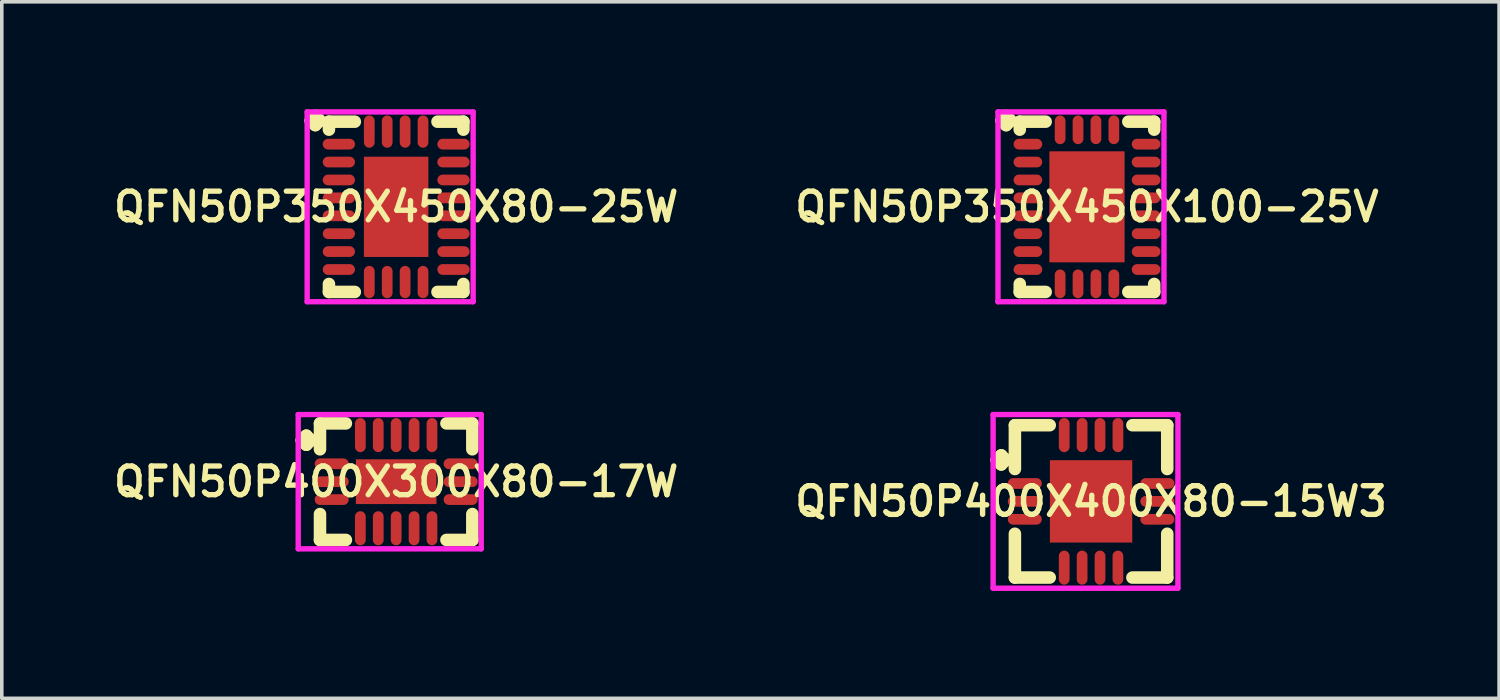
<source format=kicad_pcb>
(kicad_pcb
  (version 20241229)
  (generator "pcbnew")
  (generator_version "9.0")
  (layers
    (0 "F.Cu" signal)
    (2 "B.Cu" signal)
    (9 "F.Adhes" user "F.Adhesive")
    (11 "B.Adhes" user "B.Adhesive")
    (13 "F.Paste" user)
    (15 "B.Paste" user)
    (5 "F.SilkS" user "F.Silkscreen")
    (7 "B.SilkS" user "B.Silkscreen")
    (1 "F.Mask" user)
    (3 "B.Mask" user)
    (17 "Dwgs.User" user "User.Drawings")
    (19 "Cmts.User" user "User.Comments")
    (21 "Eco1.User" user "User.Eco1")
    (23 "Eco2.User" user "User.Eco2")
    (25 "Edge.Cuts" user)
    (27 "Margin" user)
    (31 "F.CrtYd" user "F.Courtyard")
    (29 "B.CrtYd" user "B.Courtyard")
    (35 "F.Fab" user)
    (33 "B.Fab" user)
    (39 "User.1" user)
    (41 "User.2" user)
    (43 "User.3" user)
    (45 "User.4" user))
  (footprint "QFN50P400X300X80-17W"
    (layer "F.Cu")
    (at 8.012 10.4)
    (property "Reference" "QFN50P400X300X80-17W" (at 0 0 0) (layer "F.SilkS") (effects (font (size 0.8 0.8) (thickness 0.15))))
    (attr smd)
    (fp_line (start -2.635 -1.158) (end -2.508 -1.285) (stroke (width 0.35) (type solid)) (layer "F.SilkS"))
    (fp_line (start -2.508 -1.285) (end -2.381 -1.158) (stroke (width 0.35) (type solid)) (layer "F.SilkS"))
    (fp_line (start -2.508 -1.031) (end -2.635 -1.158) (stroke (width 0.35) (type solid)) (layer "F.SilkS"))
    (fp_line (start -2.381 -1.158) (end -2.508 -1.031) (stroke (width 0.35) (type solid)) (layer "F.SilkS"))
    (fp_line (start -2.127 -1.627) (end -1.404 -1.627) (stroke (width 0.35) (type solid)) (layer "F.SilkS"))
    (fp_line (start -2.127 -0.904) (end -2.127 -1.627) (stroke (width 0.35) (type solid)) (layer "F.SilkS"))
    (fp_line (start -2.127 0.904) (end -2.127 1.627) (stroke (width 0.35) (type solid)) (layer "F.SilkS"))
    (fp_line (start -2.127 1.627) (end -1.404 1.627) (stroke (width 0.35) (type solid)) (layer "F.SilkS"))
    (fp_line (start 1.404 -1.627) (end 2.127 -1.627) (stroke (width 0.35) (type solid)) (layer "F.SilkS"))
    (fp_line (start 1.404 1.627) (end 2.127 1.627) (stroke (width 0.35) (type solid)) (layer "F.SilkS"))
    (fp_line (start 2.127 -1.627) (end 2.127 -0.904) (stroke (width 0.35) (type solid)) (layer "F.SilkS"))
    (fp_line (start 2.127 1.627) (end 2.127 0.904) (stroke (width 0.35) (type solid)) (layer "F.SilkS"))
    (fp_line (start -2.735 -1.875) (end 2.375 -1.875) (stroke (width 0.15) (type solid)) (layer "F.CrtYd"))
    (fp_line (start -2.735 1.875) (end -2.735 -1.875) (stroke (width 0.15) (type solid)) (layer "F.CrtYd"))
    (fp_line (start 2.375 -1.875) (end 2.375 1.875) (stroke (width 0.15) (type solid)) (layer "F.CrtYd"))
    (fp_line (start 2.375 1.875) (end -2.735 1.875) (stroke (width 0.15) (type solid)) (layer "F.CrtYd"))
    (pad "1" smd oval (at -1.8 -0.5) (size 0.95 0.3) (layers "F.Cu" "F.Mask" "F.Paste"))
    (pad "2" smd oval (at -1.8 0) (size 0.95 0.3) (layers "F.Cu" "F.Mask" "F.Paste"))
    (pad "3" smd oval (at -1.8 0.5) (size 0.95 0.3) (layers "F.Cu" "F.Mask" "F.Paste"))
    (pad "4" smd oval (at -1 1.3) (size 0.3 0.95) (layers "F.Cu" "F.Mask" "F.Paste"))
    (pad "5" smd oval (at -0.5 1.3) (size 0.3 0.95) (layers "F.Cu" "F.Mask" "F.Paste"))
    (pad "6" smd oval (at 0 1.3) (size 0.3 0.95) (layers "F.Cu" "F.Mask" "F.Paste"))
    (pad "7" smd oval (at 0.5 1.3) (size 0.3 0.95) (layers "F.Cu" "F.Mask" "F.Paste"))
    (pad "8" smd oval (at 1 1.3) (size 0.3 0.95) (layers "F.Cu" "F.Mask" "F.Paste"))
    (pad "9" smd oval (at 1.8 0.5) (size 0.95 0.3) (layers "F.Cu" "F.Mask" "F.Paste"))
    (pad "10" smd oval (at 1.8 0) (size 0.95 0.3) (layers "F.Cu" "F.Mask" "F.Paste"))
    (pad "11" smd oval (at 1.8 -0.5) (size 0.95 0.3) (layers "F.Cu" "F.Mask" "F.Paste"))
    (pad "12" smd oval (at 1 -1.3) (size 0.3 0.95) (layers "F.Cu" "F.Mask" "F.Paste"))
    (pad "13" smd oval (at 0.5 -1.3) (size 0.3 0.95) (layers "F.Cu" "F.Mask" "F.Paste"))
    (pad "14" smd oval (at 0 -1.3) (size 0.3 0.95) (layers "F.Cu" "F.Mask" "F.Paste"))
    (pad "15" smd oval (at -0.5 -1.3) (size 0.3 0.95) (layers "F.Cu" "F.Mask" "F.Paste"))
    (pad "16" smd oval (at -1 -1.3) (size 0.3 0.95) (layers "F.Cu" "F.Mask" "F.Paste"))
    (pad "17" smd rect (at 0 0) (size 2.25 1.25) (layers "F.Cu" "F.Mask" "F.Paste")))
  (footprint "QFN50P350X450X100-25V"
    (layer "F.Cu")
    (at 27.302 2.725)
    (property "Reference" "QFN50P350X450X100-25V" (at 0 0 0) (layer "F.SilkS") (effects (font (size 0.8 0.8) (thickness 0.15))))
    (attr smd)
    (fp_line (start -2.385 -2.408) (end -2.258 -2.535) (stroke (width 0.35) (type solid)) (layer "F.SilkS"))
    (fp_line (start -2.258 -2.535) (end -2.131 -2.408) (stroke (width 0.35) (type solid)) (layer "F.SilkS"))
    (fp_line (start -2.258 -2.281) (end -2.385 -2.408) (stroke (width 0.35) (type solid)) (layer "F.SilkS"))
    (fp_line (start -2.131 -2.408) (end -2.258 -2.281) (stroke (width 0.35) (type solid)) (layer "F.SilkS"))
    (fp_line (start -1.877 -2.377) (end -1.154 -2.377) (stroke (width 0.35) (type solid)) (layer "F.SilkS"))
    (fp_line (start -1.877 -2.154) (end -1.877 -2.377) (stroke (width 0.35) (type solid)) (layer "F.SilkS"))
    (fp_line (start -1.877 2.154) (end -1.877 2.377) (stroke (width 0.35) (type solid)) (layer "F.SilkS"))
    (fp_line (start -1.877 2.377) (end -1.154 2.377) (stroke (width 0.35) (type solid)) (layer "F.SilkS"))
    (fp_line (start 1.154 -2.377) (end 1.877 -2.377) (stroke (width 0.35) (type solid)) (layer "F.SilkS"))
    (fp_line (start 1.154 2.377) (end 1.877 2.377) (stroke (width 0.35) (type solid)) (layer "F.SilkS"))
    (fp_line (start 1.877 -2.377) (end 1.877 -2.154) (stroke (width 0.35) (type solid)) (layer "F.SilkS"))
    (fp_line (start 1.877 2.377) (end 1.877 2.154) (stroke (width 0.35) (type solid)) (layer "F.SilkS"))
    (fp_line (start -2.485 -2.65) (end 2.15 -2.65) (stroke (width 0.15) (type solid)) (layer "F.CrtYd"))
    (fp_line (start -2.485 2.65) (end -2.485 -2.65) (stroke (width 0.15) (type solid)) (layer "F.CrtYd"))
    (fp_line (start 2.15 -2.65) (end 2.15 2.65) (stroke (width 0.15) (type solid)) (layer "F.CrtYd"))
    (fp_line (start 2.15 2.65) (end -2.485 2.65) (stroke (width 0.15) (type solid)) (layer "F.CrtYd"))
    (pad "1" smd oval (at -1.65 -1.75) (size 0.8 0.3) (layers "F.Cu" "F.Mask" "F.Paste"))
    (pad "2" smd oval (at -1.65 -1.25) (size 0.8 0.3) (layers "F.Cu" "F.Mask" "F.Paste"))
    (pad "3" smd oval (at -1.65 -0.75) (size 0.8 0.3) (layers "F.Cu" "F.Mask" "F.Paste"))
    (pad "4" smd oval (at -1.65 -0.25) (size 0.8 0.3) (layers "F.Cu" "F.Mask" "F.Paste"))
    (pad "5" smd oval (at -1.65 0.25) (size 0.8 0.3) (layers "F.Cu" "F.Mask" "F.Paste"))
    (pad "6" smd oval (at -1.65 0.75) (size 0.8 0.3) (layers "F.Cu" "F.Mask" "F.Paste"))
    (pad "7" smd oval (at -1.65 1.25) (size 0.8 0.3) (layers "F.Cu" "F.Mask" "F.Paste"))
    (pad "8" smd oval (at -1.65 1.75) (size 0.8 0.3) (layers "F.Cu" "F.Mask" "F.Paste"))
    (pad "9" smd oval (at -0.75 2.15) (size 0.3 0.8) (layers "F.Cu" "F.Mask" "F.Paste"))
    (pad "10" smd oval (at -0.25 2.15) (size 0.3 0.8) (layers "F.Cu" "F.Mask" "F.Paste"))
    (pad "11" smd oval (at 0.25 2.15) (size 0.3 0.8) (layers "F.Cu" "F.Mask" "F.Paste"))
    (pad "12" smd oval (at 0.75 2.15) (size 0.3 0.8) (layers "F.Cu" "F.Mask" "F.Paste"))
    (pad "13" smd oval (at 1.65 1.75) (size 0.8 0.3) (layers "F.Cu" "F.Mask" "F.Paste"))
    (pad "14" smd oval (at 1.65 1.25) (size 0.8 0.3) (layers "F.Cu" "F.Mask" "F.Paste"))
    (pad "15" smd oval (at 1.65 0.75) (size 0.8 0.3) (layers "F.Cu" "F.Mask" "F.Paste"))
    (pad "16" smd oval (at 1.65 0.25) (size 0.8 0.3) (layers "F.Cu" "F.Mask" "F.Paste"))
    (pad "17" smd oval (at 1.65 -0.25) (size 0.8 0.3) (layers "F.Cu" "F.Mask" "F.Paste"))
    (pad "18" smd oval (at 1.65 -0.75) (size 0.8 0.3) (layers "F.Cu" "F.Mask" "F.Paste"))
    (pad "19" smd oval (at 1.65 -1.25) (size 0.8 0.3) (layers "F.Cu" "F.Mask" "F.Paste"))
    (pad "20" smd oval (at 1.65 -1.75) (size 0.8 0.3) (layers "F.Cu" "F.Mask" "F.Paste"))
    (pad "21" smd oval (at 0.75 -2.15) (size 0.3 0.8) (layers "F.Cu" "F.Mask" "F.Paste"))
    (pad "22" smd oval (at 0.25 -2.15) (size 0.3 0.8) (layers "F.Cu" "F.Mask" "F.Paste"))
    (pad "23" smd oval (at -0.25 -2.15) (size 0.3 0.8) (layers "F.Cu" "F.Mask" "F.Paste"))
    (pad "24" smd oval (at -0.75 -2.15) (size 0.3 0.8) (layers "F.Cu" "F.Mask" "F.Paste"))
    (pad "25" smd rect (at 0 0) (size 2.1 3.1) (layers "F.Cu" "F.Mask" "F.Paste")))
  (footprint "QFN50P400X400X80-15W3"
    (layer "F.Cu")
    (at 27.416 10.95)
    (property "Reference" "QFN50P400X400X80-15W3" (at 0 0 0) (layer "F.SilkS") (effects (font (size 0.8 0.8) (thickness 0.15))))
    (attr smd)
    (fp_line (start -2.635 -1.158) (end -2.508 -1.285) (stroke (width 0.35) (type solid)) (layer "F.SilkS"))
    (fp_line (start -2.508 -1.285) (end -2.381 -1.158) (stroke (width 0.35) (type solid)) (layer "F.SilkS"))
    (fp_line (start -2.508 -1.031) (end -2.635 -1.158) (stroke (width 0.35) (type solid)) (layer "F.SilkS"))
    (fp_line (start -2.381 -1.158) (end -2.508 -1.031) (stroke (width 0.35) (type solid)) (layer "F.SilkS"))
    (fp_line (start -2.127 -2.127) (end -1.154 -2.127) (stroke (width 0.35) (type solid)) (layer "F.SilkS"))
    (fp_line (start -2.127 -0.904) (end -2.127 -2.127) (stroke (width 0.35) (type solid)) (layer "F.SilkS"))
    (fp_line (start -2.127 0.904) (end -2.127 2.127) (stroke (width 0.35) (type solid)) (layer "F.SilkS"))
    (fp_line (start -2.127 2.127) (end -1.154 2.127) (stroke (width 0.35) (type solid)) (layer "F.SilkS"))
    (fp_line (start 1.154 -2.127) (end 2.127 -2.127) (stroke (width 0.35) (type solid)) (layer "F.SilkS"))
    (fp_line (start 1.154 2.127) (end 2.127 2.127) (stroke (width 0.35) (type solid)) (layer "F.SilkS"))
    (fp_line (start 2.127 -2.127) (end 2.127 -0.904) (stroke (width 0.35) (type solid)) (layer "F.SilkS"))
    (fp_line (start 2.127 2.127) (end 2.127 0.904) (stroke (width 0.35) (type solid)) (layer "F.SilkS"))
    (fp_line (start -2.735 -2.425) (end 2.425 -2.425) (stroke (width 0.15) (type solid)) (layer "F.CrtYd"))
    (fp_line (start -2.735 2.425) (end -2.735 -2.425) (stroke (width 0.15) (type solid)) (layer "F.CrtYd"))
    (fp_line (start 2.425 -2.425) (end 2.425 2.425) (stroke (width 0.15) (type solid)) (layer "F.CrtYd"))
    (fp_line (start 2.425 2.425) (end -2.735 2.425) (stroke (width 0.15) (type solid)) (layer "F.CrtYd"))
    (pad "1" smd oval (at -1.85 -0.5) (size 0.95 0.3) (layers "F.Cu" "F.Mask" "F.Paste"))
    (pad "2" smd oval (at -1.85 0) (size 0.95 0.3) (layers "F.Cu" "F.Mask" "F.Paste"))
    (pad "3" smd oval (at -1.85 0.5) (size 0.95 0.3) (layers "F.Cu" "F.Mask" "F.Paste"))
    (pad "4" smd oval (at -0.75 1.85) (size 0.3 0.95) (layers "F.Cu" "F.Mask" "F.Paste"))
    (pad "5" smd oval (at -0.25 1.85) (size 0.3 0.95) (layers "F.Cu" "F.Mask" "F.Paste"))
    (pad "6" smd oval (at 0.25 1.85) (size 0.3 0.95) (layers "F.Cu" "F.Mask" "F.Paste"))
    (pad "7" smd oval (at 0.75 1.85) (size 0.3 0.95) (layers "F.Cu" "F.Mask" "F.Paste"))
    (pad "8" smd oval (at 1.85 0.5) (size 0.95 0.3) (layers "F.Cu" "F.Mask" "F.Paste"))
    (pad "9" smd oval (at 1.85 0) (size 0.95 0.3) (layers "F.Cu" "F.Mask" "F.Paste"))
    (pad "10" smd oval (at 1.85 -0.5) (size 0.95 0.3) (layers "F.Cu" "F.Mask" "F.Paste"))
    (pad "11" smd oval (at 0.75 -1.85) (size 0.3 0.95) (layers "F.Cu" "F.Mask" "F.Paste"))
    (pad "12" smd oval (at 0.25 -1.85) (size 0.3 0.95) (layers "F.Cu" "F.Mask" "F.Paste"))
    (pad "13" smd oval (at -0.25 -1.85) (size 0.3 0.95) (layers "F.Cu" "F.Mask" "F.Paste"))
    (pad "14" smd oval (at -0.75 -1.85) (size 0.3 0.95) (layers "F.Cu" "F.Mask" "F.Paste"))
    (pad "15" smd rect (at 0 0) (size 2.3 2.3) (layers "F.Cu" "F.Mask" "F.Paste")))
  (footprint "QFN50P350X450X80-25W"
    (layer "F.Cu")
    (at 8.012 2.725)
    (property "Reference" "QFN50P350X450X80-25W" (at 0 0 0) (layer "F.SilkS") (effects (font (size 0.8 0.8) (thickness 0.15))))
    (attr smd)
    (fp_line (start -2.385 -2.408) (end -2.258 -2.535) (stroke (width 0.35) (type solid)) (layer "F.SilkS"))
    (fp_line (start -2.258 -2.535) (end -2.131 -2.408) (stroke (width 0.35) (type solid)) (layer "F.SilkS"))
    (fp_line (start -2.258 -2.281) (end -2.385 -2.408) (stroke (width 0.35) (type solid)) (layer "F.SilkS"))
    (fp_line (start -2.131 -2.408) (end -2.258 -2.281) (stroke (width 0.35) (type solid)) (layer "F.SilkS"))
    (fp_line (start -1.877 -2.377) (end -1.154 -2.377) (stroke (width 0.35) (type solid)) (layer "F.SilkS"))
    (fp_line (start -1.877 -2.154) (end -1.877 -2.377) (stroke (width 0.35) (type solid)) (layer "F.SilkS"))
    (fp_line (start -1.877 2.154) (end -1.877 2.377) (stroke (width 0.35) (type solid)) (layer "F.SilkS"))
    (fp_line (start -1.877 2.377) (end -1.154 2.377) (stroke (width 0.35) (type solid)) (layer "F.SilkS"))
    (fp_line (start 1.154 -2.377) (end 1.877 -2.377) (stroke (width 0.35) (type solid)) (layer "F.SilkS"))
    (fp_line (start 1.154 2.377) (end 1.877 2.377) (stroke (width 0.35) (type solid)) (layer "F.SilkS"))
    (fp_line (start 1.877 -2.377) (end 1.877 -2.154) (stroke (width 0.35) (type solid)) (layer "F.SilkS"))
    (fp_line (start 1.877 2.377) (end 1.877 2.154) (stroke (width 0.35) (type solid)) (layer "F.SilkS"))
    (fp_line (start -2.485 -2.65) (end 2.15 -2.65) (stroke (width 0.15) (type solid)) (layer "F.CrtYd"))
    (fp_line (start -2.485 2.65) (end -2.485 -2.65) (stroke (width 0.15) (type solid)) (layer "F.CrtYd"))
    (fp_line (start 2.15 -2.65) (end 2.15 2.65) (stroke (width 0.15) (type solid)) (layer "F.CrtYd"))
    (fp_line (start 2.15 2.65) (end -2.485 2.65) (stroke (width 0.15) (type solid)) (layer "F.CrtYd"))
    (pad "1" smd oval (at -1.6 -1.75) (size 0.9 0.3) (layers "F.Cu" "F.Mask" "F.Paste"))
    (pad "2" smd oval (at -1.6 -1.25) (size 0.9 0.3) (layers "F.Cu" "F.Mask" "F.Paste"))
    (pad "3" smd oval (at -1.6 -0.75) (size 0.9 0.3) (layers "F.Cu" "F.Mask" "F.Paste"))
    (pad "4" smd oval (at -1.6 -0.25) (size 0.9 0.3) (layers "F.Cu" "F.Mask" "F.Paste"))
    (pad "5" smd oval (at -1.6 0.25) (size 0.9 0.3) (layers "F.Cu" "F.Mask" "F.Paste"))
    (pad "6" smd oval (at -1.6 0.75) (size 0.9 0.3) (layers "F.Cu" "F.Mask" "F.Paste"))
    (pad "7" smd oval (at -1.6 1.25) (size 0.9 0.3) (layers "F.Cu" "F.Mask" "F.Paste"))
    (pad "8" smd oval (at -1.6 1.75) (size 0.9 0.3) (layers "F.Cu" "F.Mask" "F.Paste"))
    (pad "9" smd oval (at -0.75 2.1) (size 0.3 0.9) (layers "F.Cu" "F.Mask" "F.Paste"))
    (pad "10" smd oval (at -0.25 2.1) (size 0.3 0.9) (layers "F.Cu" "F.Mask" "F.Paste"))
    (pad "11" smd oval (at 0.25 2.1) (size 0.3 0.9) (layers "F.Cu" "F.Mask" "F.Paste"))
    (pad "12" smd oval (at 0.75 2.1) (size 0.3 0.9) (layers "F.Cu" "F.Mask" "F.Paste"))
    (pad "13" smd oval (at 1.6 1.75) (size 0.9 0.3) (layers "F.Cu" "F.Mask" "F.Paste"))
    (pad "14" smd oval (at 1.6 1.25) (size 0.9 0.3) (layers "F.Cu" "F.Mask" "F.Paste"))
    (pad "15" smd oval (at 1.6 0.75) (size 0.9 0.3) (layers "F.Cu" "F.Mask" "F.Paste"))
    (pad "16" smd oval (at 1.6 0.25) (size 0.9 0.3) (layers "F.Cu" "F.Mask" "F.Paste"))
    (pad "17" smd oval (at 1.6 -0.25) (size 0.9 0.3) (layers "F.Cu" "F.Mask" "F.Paste"))
    (pad "18" smd oval (at 1.6 -0.75) (size 0.9 0.3) (layers "F.Cu" "F.Mask" "F.Paste"))
    (pad "19" smd oval (at 1.6 -1.25) (size 0.9 0.3) (layers "F.Cu" "F.Mask" "F.Paste"))
    (pad "20" smd oval (at 1.6 -1.75) (size 0.9 0.3) (layers "F.Cu" "F.Mask" "F.Paste"))
    (pad "21" smd oval (at 0.75 -2.1) (size 0.3 0.9) (layers "F.Cu" "F.Mask" "F.Paste"))
    (pad "22" smd oval (at 0.25 -2.1) (size 0.3 0.9) (layers "F.Cu" "F.Mask" "F.Paste"))
    (pad "23" smd oval (at -0.25 -2.1) (size 0.3 0.9) (layers "F.Cu" "F.Mask" "F.Paste"))
    (pad "24" smd oval (at -0.75 -2.1) (size 0.3 0.9) (layers "F.Cu" "F.Mask" "F.Paste"))
    (pad "25" smd rect (at 0 0) (size 1.8 2.8) (layers "F.Cu" "F.Mask" "F.Paste")))
  (gr_rect
    (start -3 -3)
    (end 38.809 16.45)
    (stroke (width 0.1) (type default))
    (fill no)
    (layer "Edge.Cuts")))
</source>
